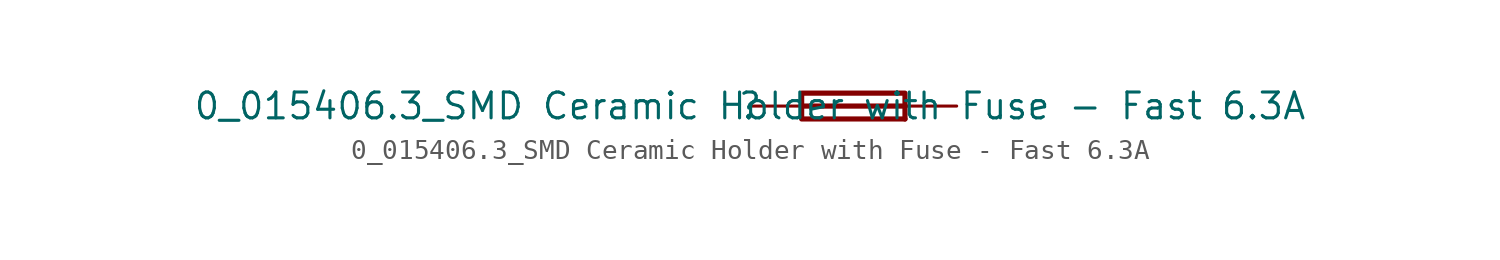
<source format=kicad_sym>
(kicad_symbol_lib
  (version 20211014)
  (generator kicad_symbol_editor)
  (symbol "0_015406.3_SMD Ceramic Holder with Fuse - Fast 6.3A"
    (property "Reference" ""
      (at 0 0 0)
      (effects (font (size 1.27 1.27))))
    (property "Value" "0_015406.3_SMD Ceramic Holder with Fuse - Fast 6.3A"
      (at 0 0 0)
      (effects (font (size 1.27 1.27))))
    (symbol "0_015406.3_SMD Ceramic Holder with Fuse - Fast 6.3A_1_0"
      (polyline (pts (xy 2.54 0) (xy 7.62 0)) (stroke (width 0.254) (type default) (color 0 0 0 0)) (fill (type none)))
      (polyline (pts (xy 7.62 -0.635) (xy 7.62 0)) (stroke (width 0.254) (type default) (color 0 0 0 0)) (fill (type none)))
      (polyline (pts (xy 7.62 0) (xy 7.62 0.635) (xy 2.54 0.635) (xy 2.54 -0.635) (xy 7.62 -0.635)) (stroke (width 0.254) (type default) (color 0 0 0 0)) (fill (type none)))
      (pin passive line (at 0 0 0) (length 2.54) (name "1" (effects (font (size 0 0)))) (number "1" (effects (font (size 0 0)))))
      (pin passive line (at 10.16 0 180) (length 2.54) (name "2" (effects (font (size 0 0)))) (number "2" (effects (font (size 0 0))))))))
</source>
